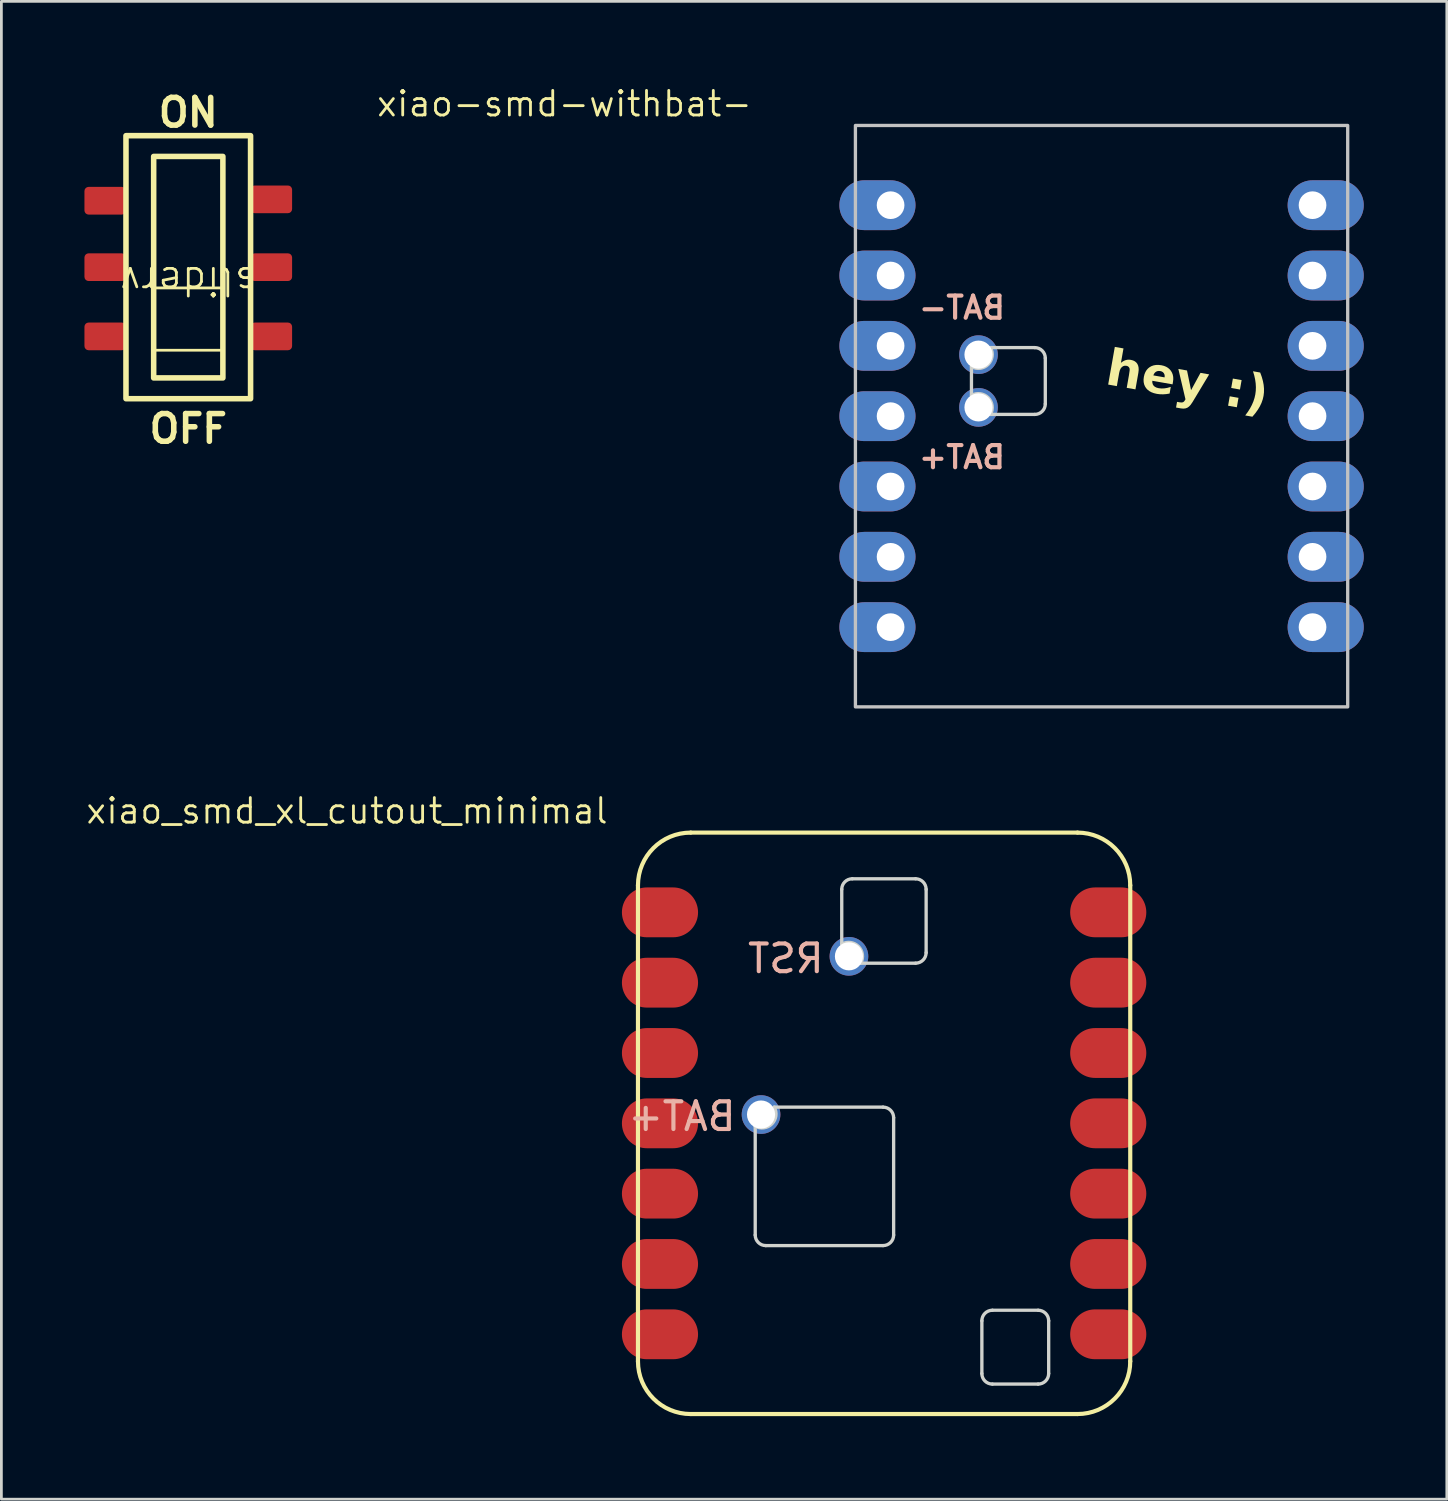
<source format=kicad_pcb>
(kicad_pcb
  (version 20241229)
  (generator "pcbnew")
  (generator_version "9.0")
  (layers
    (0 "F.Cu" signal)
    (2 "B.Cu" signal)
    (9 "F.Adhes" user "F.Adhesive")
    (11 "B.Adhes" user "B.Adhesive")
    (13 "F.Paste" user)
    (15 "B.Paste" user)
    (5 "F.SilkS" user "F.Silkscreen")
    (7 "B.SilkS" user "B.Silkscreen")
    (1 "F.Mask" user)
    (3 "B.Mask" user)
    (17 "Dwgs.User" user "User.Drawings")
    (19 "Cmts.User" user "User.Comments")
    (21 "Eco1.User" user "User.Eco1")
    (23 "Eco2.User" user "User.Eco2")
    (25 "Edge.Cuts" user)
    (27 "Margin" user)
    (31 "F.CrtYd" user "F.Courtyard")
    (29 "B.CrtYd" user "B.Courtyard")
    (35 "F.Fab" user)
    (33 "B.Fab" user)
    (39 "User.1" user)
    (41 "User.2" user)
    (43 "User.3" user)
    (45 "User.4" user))
  (footprint "sliderv"
    (layer "F.Cu")
    (at 3.75 6.6)
    (property "Reference" "sliderv" (at 0 0.5 180) (unlocked yes) (layer "F.SilkS") (effects (font (size 1 1) (thickness 0.1))))
    (attr smd exclude_from_pos_files)
    (fp_rect (start -2.25 -4.75) (end 2.25 4.75) (stroke (width 0.2) (type default)) (fill no) (layer "F.SilkS"))
    (fp_rect (start -1.25 -4) (end 1.25 4) (stroke (width 0.2) (type default)) (fill no) (layer "F.SilkS"))
    (fp_rect (start -1.25 0.75) (end 1.25 3) (stroke (width 0.1) (type default)) (fill no) (layer "F.SilkS"))
    (fp_text user "OFF" (at 0 5.25 0) (unlocked yes) (layer "F.SilkS") (effects (font (size 1 1) (thickness 0.2) (bold yes)) (justify top)))
    (fp_text user "ON" (at 0 -5 0) (unlocked yes) (layer "F.SilkS") (effects (font (size 1 1) (thickness 0.2) (bold yes)) (justify bottom)))
    (pad "1" smd roundrect (at 3 2.5 180) (size 1.5 1) (layers "F.Cu" "F.Mask" "F.Paste") (roundrect_rratio 0.15))
    (pad "2" smd roundrect (at 3 0 180) (size 1.5 1) (layers "F.Cu" "F.Mask" "F.Paste") (roundrect_rratio 0.15))
    (pad "3" smd roundrect (at 3 -2.45 180) (size 1.5 1) (layers "F.Cu" "F.Mask" "F.Paste") (roundrect_rratio 0.15))
    (pad "4" smd roundrect (at -3 2.5 180) (size 1.5 1) (layers "F.Cu" "F.Mask" "F.Paste") (roundrect_rratio 0.15))
    (pad "5" smd roundrect (at -3 0 180) (size 1.5 1) (layers "F.Cu" "F.Mask" "F.Paste") (roundrect_rratio 0.15))
    (pad "6" smd roundrect (at -3 -2.4 180) (size 1.5 1) (layers "F.Cu" "F.Mask" "F.Paste") (roundrect_rratio 0.15)))
  (footprint "xiao-smd-withbat-"
    (layer "F.Cu")
    (at 36.736 11.981)
    (property "Reference" "xiao-smd-withbat-" (at -19.399 -11.283 0) (layer "F.SilkS") (effects (font (size 0.889 0.889) (thickness 0.102))))
    (attr smd exclude_from_pos_files)
    (fp_rect (start -8.89 10.5) (end 8.89 -10.5) (stroke (width 0.12) (type solid)) (fill no) (layer "Dwgs.User"))
    (fp_line (start -4.699 -0.749) (end -4.699 -1.79) (stroke (width 0.12) (type solid)) (layer "Edge.Cuts"))
    (fp_line (start -4.013 -2.476) (end -2.413 -2.476) (stroke (width 0.12) (type solid)) (layer "Edge.Cuts"))
    (fp_line (start -2.413 -0.063) (end -4.013 -0.063) (stroke (width 0.12) (type solid)) (layer "Edge.Cuts"))
    (fp_line (start -2.032 -2.095) (end -2.032 -0.444) (stroke (width 0.12) (type solid)) (layer "Edge.Cuts"))
    (fp_arc (start -4.699 -0.7488) (mid -4.095391 -0.666609) (end -4.0132 -0.063) (stroke (width 0.12) (type solid)) (layer "Edge.Cuts"))
    (fp_arc (start -4.0132 -2.476) (mid -4.095391 -1.872391) (end -4.699 -1.7902) (stroke (width 0.12) (type solid)) (layer "Edge.Cuts"))
    (fp_arc (start -2.413 -2.476) (mid -2.143592 -2.364408) (end -2.032 -2.095) (stroke (width 0.12) (type solid)) (layer "Edge.Cuts"))
    (fp_arc (start -2.032 -0.444) (mid -2.143592 -0.174592) (end -2.413 -0.063) (stroke (width 0.12) (type solid)) (layer "Edge.Cuts"))
    (fp_text user "hey :)" (at 0.05 -0.95 350) (unlocked yes) (layer "F.SilkS") (effects (font (face "Futura") (size 1.3 1.3) (thickness 0.325) (bold yes)) (justify left bottom)))
    (fp_text user "BAT-" (at -3.4 -3.45 0) (unlocked yes) (layer "B.SilkS") (effects (font (size 0.8 0.8) (thickness 0.15) (bold yes)) (justify left bottom mirror)))
    (fp_text user "BAT+" (at -3.4 1.95 0) (unlocked yes) (layer "B.SilkS") (effects (font (size 0.8 0.8) (thickness 0.15) (bold yes)) (justify left bottom mirror)))
    (pad "1" thru_hole oval (at -7.62 -7.62) (size 2.75 1.8) (drill 1 (offset -0.475 0)) (layers "*.Cu" "*.Mask"))
    (pad "2" thru_hole oval (at -7.62 -5.08) (size 2.75 1.8) (drill 1 (offset -0.475 0)) (layers "*.Cu" "*.Mask"))
    (pad "3" thru_hole oval (at -7.62 -2.54) (size 2.75 1.8) (drill 1 (offset -0.475 0)) (layers "*.Cu" "*.Mask"))
    (pad "4" thru_hole oval (at -7.62 0) (size 2.75 1.8) (drill 1 (offset -0.475 0)) (layers "*.Cu" "*.Mask"))
    (pad "5" thru_hole oval (at -7.62 2.54) (size 2.75 1.8) (drill 1 (offset -0.475 0)) (layers "*.Cu" "*.Mask"))
    (pad "6" thru_hole oval (at -7.62 5.08) (size 2.75 1.8) (drill 1 (offset -0.475 0)) (layers "*.Cu" "*.Mask"))
    (pad "7" thru_hole oval (at -7.62 7.62) (size 2.75 1.8) (drill 1 (offset -0.475 0)) (layers "*.Cu" "*.Mask"))
    (pad "8" thru_hole oval (at 7.62 7.62 180) (size 2.75 1.8) (drill 1 (offset -0.475 0)) (layers "*.Cu" "*.Mask"))
    (pad "9" thru_hole oval (at 7.62 5.08 180) (size 2.75 1.8) (drill 1 (offset -0.475 0)) (layers "*.Cu" "*.Mask"))
    (pad "10" thru_hole oval (at 7.62 2.54 180) (size 2.75 1.8) (drill 1 (offset -0.475 0)) (layers "*.Cu" "*.Mask"))
    (pad "11" thru_hole oval (at 7.62 0 180) (size 2.75 1.8) (drill 1 (offset -0.475 0)) (layers "*.Cu" "*.Mask"))
    (pad "12" thru_hole oval (at 7.62 -2.54 180) (size 2.75 1.8) (drill 1 (offset -0.475 0)) (layers "*.Cu" "*.Mask"))
    (pad "13" thru_hole oval (at 7.62 -5.08 180) (size 2.75 1.8) (drill 1 (offset -0.475 0)) (layers "*.Cu" "*.Mask"))
    (pad "14" thru_hole oval (at 7.62 -7.62 180) (size 2.75 1.8) (drill 1 (offset -0.475 0)) (layers "*.Cu" "*.Mask"))
    (pad "19" thru_hole circle (at -4.445 -0.317 180) (size 1.397 1.397) (drill 1.016) (property pad_prop_castellated) (layers "*.Cu" "*.Mask"))
    (pad "20" thru_hole circle (at -4.445 -2.222 180) (size 1.397 1.397) (drill 1.016) (property pad_prop_castellated) (layers "*.Cu" "*.Mask")))
  (footprint "xiao_smd_xl_cutout_minimal"
    (layer "F.Cu")
    (at 28.882 37.522)
    (property "Reference" "xiao_smd_xl_cutout_minimal" (at -19.399 -11.283 0) (layer "F.SilkS") (effects (font (size 0.889 0.889) (thickness 0.102))))
    (attr smd exclude_from_pos_files)
    (fp_line (start -8.89 -8.595) (end -8.89 8.595) (stroke (width 0.15) (type default)) (layer "F.SilkS"))
    (fp_line (start -6.985 10.5) (end 6.985 10.5) (stroke (width 0.15) (type default)) (layer "F.SilkS"))
    (fp_line (start 6.985 -10.5) (end -6.985 -10.5) (stroke (width 0.15) (type default)) (layer "F.SilkS"))
    (fp_line (start 8.89 8.595) (end 8.89 -8.595) (stroke (width 0.15) (type default)) (layer "F.SilkS"))
    (fp_arc (start -8.89 -8.595) (mid -8.332038 -9.942038) (end -6.985 -10.5) (stroke (width 0.15) (type default)) (layer "F.SilkS"))
    (fp_arc (start -6.985 10.5) (mid -8.332038 9.942038) (end -8.89 8.595) (stroke (width 0.15) (type default)) (layer "F.SilkS"))
    (fp_arc (start 6.985 -10.5) (mid 8.332038 -9.942038) (end 8.89 -8.595) (stroke (width 0.15) (type default)) (layer "F.SilkS"))
    (fp_arc (start 8.89 8.595) (mid 8.332038 9.942038) (end 6.985 10.5) (stroke (width 0.15) (type default)) (layer "F.SilkS"))
    (fp_line (start -4.655 0.101) (end -4.655 4.035) (stroke (width 0.12) (type solid)) (layer "Edge.Cuts"))
    (fp_line (start -4.274 4.416) (end -0.037 4.416) (stroke (width 0.12) (type solid)) (layer "Edge.Cuts"))
    (fp_line (start -3.97 -0.584) (end -0.037 -0.584) (stroke (width 0.12) (type solid)) (layer "Edge.Cuts"))
    (fp_line (start -1.53 -6.47) (end -1.53 -8.451) (stroke (width 0.12) (type solid)) (layer "Edge.Cuts"))
    (fp_line (start -1.149 -8.832) (end 1.137 -8.832) (stroke (width 0.12) (type solid)) (layer "Edge.Cuts"))
    (fp_line (start -0.844 -5.784) (end 1.137 -5.784) (stroke (width 0.12) (type solid)) (layer "Edge.Cuts"))
    (fp_line (start 0.344 -0.203) (end 0.344 4.035) (stroke (width 0.12) (type solid)) (layer "Edge.Cuts"))
    (fp_line (start 1.518 -6.165) (end 1.518 -8.451) (stroke (width 0.12) (type solid)) (layer "Edge.Cuts"))
    (fp_line (start 3.531 7.132) (end 3.531 9.037) (stroke (width 0.12) (type solid)) (layer "Edge.Cuts"))
    (fp_line (start 3.912 6.751) (end 5.563 6.751) (stroke (width 0.12) (type solid)) (layer "Edge.Cuts"))
    (fp_line (start 3.912 9.418) (end 5.563 9.418) (stroke (width 0.12) (type solid)) (layer "Edge.Cuts"))
    (fp_line (start 5.944 7.132) (end 5.944 9.037) (stroke (width 0.12) (type solid)) (layer "Edge.Cuts"))
    (fp_arc (start -4.274408 4.415592) (mid -4.543816 4.304) (end -4.655408 4.034592) (stroke (width 0.12) (type default)) (layer "Edge.Cuts"))
    (fp_arc (start -3.969608 -0.584408) (mid -4.051799 0.019201) (end -4.655408 0.101392) (stroke (width 0.12) (type solid)) (layer "Edge.Cuts"))
    (fp_arc (start -1.530247 -8.451047) (mid -1.418655 -8.720455) (end -1.149247 -8.832047) (stroke (width 0.12) (type default)) (layer "Edge.Cuts"))
    (fp_arc (start -1.530247 -6.470047) (mid -0.926638 -6.387856) (end -0.844447 -5.784247) (stroke (width 0.12) (type solid)) (layer "Edge.Cuts"))
    (fp_arc (start -0.036608 -0.584408) (mid 0.2328 -0.472816) (end 0.344392 -0.203408) (stroke (width 0.12) (type default)) (layer "Edge.Cuts"))
    (fp_arc (start 0.344392 4.034592) (mid 0.2328 4.304) (end -0.036608 4.415592) (stroke (width 0.12) (type default)) (layer "Edge.Cuts"))
    (fp_arc (start 1.136553 -8.832047) (mid 1.405961 -8.720455) (end 1.517553 -8.451047) (stroke (width 0.12) (type default)) (layer "Edge.Cuts"))
    (fp_arc (start 1.517553 -6.165247) (mid 1.40596 -5.89584) (end 1.136553 -5.784247) (stroke (width 0.12) (type default)) (layer "Edge.Cuts"))
    (fp_arc (start 3.530592 7.132409) (mid 3.642181 6.862993) (end 3.911592 6.751409) (stroke (width 0.12) (type solid)) (layer "Edge.Cuts"))
    (fp_arc (start 3.911592 9.418409) (mid 3.642186 9.306814) (end 3.530592 9.037409) (stroke (width 0.12) (type default)) (layer "Edge.Cuts"))
    (fp_arc (start 5.562592 6.751409) (mid 5.832002 6.862999) (end 5.943592 7.132409) (stroke (width 0.12) (type solid)) (layer "Edge.Cuts"))
    (fp_arc (start 5.943592 9.037409) (mid 5.832 9.306817) (end 5.562592 9.418409) (stroke (width 0.12) (type default)) (layer "Edge.Cuts"))
    (fp_text user "RST" (at -3.55 -5.95 0) (unlocked yes) (layer "B.SilkS") (effects (font (size 1 1) (thickness 0.15)) (justify mirror)))
    (fp_text user "BAT+" (at -7.3 -0.25 0) (unlocked yes) (layer "B.SilkS") (effects (font (size 1 1) (thickness 0.15)) (justify mirror)))
    (pad "1" smd oval (at -7.62 -7.62 180) (size 2.75 1.8) (drill (offset 0.475 0)) (layers "F.Cu" "F.Mask" "F.Paste"))
    (pad "2" smd oval (at -7.62 -5.08 180) (size 2.75 1.8) (drill (offset 0.475 0)) (layers "F.Cu" "F.Mask" "F.Paste"))
    (pad "3" smd oval (at -7.62 -2.54 180) (size 2.75 1.8) (drill (offset 0.475 0)) (layers "F.Cu" "F.Mask" "F.Paste"))
    (pad "4" smd oval (at -7.62 0 180) (size 2.75 1.8) (drill (offset 0.475 0)) (layers "F.Cu" "F.Mask" "F.Paste"))
    (pad "5" smd oval (at -7.62 2.54 180) (size 2.75 1.8) (drill (offset 0.475 0)) (layers "F.Cu" "F.Mask" "F.Paste"))
    (pad "6" smd oval (at -7.62 5.08 180) (size 2.75 1.8) (drill (offset 0.475 0)) (layers "F.Cu" "F.Mask" "F.Paste"))
    (pad "7" smd oval (at -7.62 7.62 180) (size 2.75 1.8) (drill (offset 0.475 0)) (layers "F.Cu" "F.Mask" "F.Paste"))
    (pad "8" smd oval (at 7.62 7.62) (size 2.75 1.8) (drill (offset 0.475 0)) (layers "F.Cu" "F.Mask" "F.Paste"))
    (pad "9" smd oval (at 7.62 5.08) (size 2.75 1.8) (drill (offset 0.475 0)) (layers "F.Cu" "F.Mask" "F.Paste"))
    (pad "10" smd oval (at 7.62 2.54) (size 2.75 1.8) (drill (offset 0.475 0)) (layers "F.Cu" "F.Mask" "F.Paste"))
    (pad "11" smd oval (at 7.62 0) (size 2.75 1.8) (drill (offset 0.475 0)) (layers "F.Cu" "F.Mask" "F.Paste"))
    (pad "12" smd oval (at 7.62 -2.54) (size 2.75 1.8) (drill (offset 0.475 0)) (layers "F.Cu" "F.Mask" "F.Paste"))
    (pad "13" smd oval (at 7.62 -5.08) (size 2.75 1.8) (drill (offset 0.475 0)) (layers "F.Cu" "F.Mask" "F.Paste"))
    (pad "14" smd oval (at 7.62 -7.62) (size 2.75 1.8) (drill (offset 0.475 0)) (layers "F.Cu" "F.Mask" "F.Paste"))
    (pad "17" thru_hole circle (at -1.27 -6.032 90) (size 1.397 1.397) (drill 1.016) (layers "*.Cu" "*.Mask"))
    (pad "19" thru_hole circle (at -4.445 -0.317 180) (size 1.397 1.397) (drill 1.016) (layers "*.Cu" "*.Mask")))
  (gr_rect
    (start -3 -3)
    (end 49.206 51.097)
    (stroke (width 0.1) (type default))
    (fill no)
    (layer "Edge.Cuts")))
</source>
